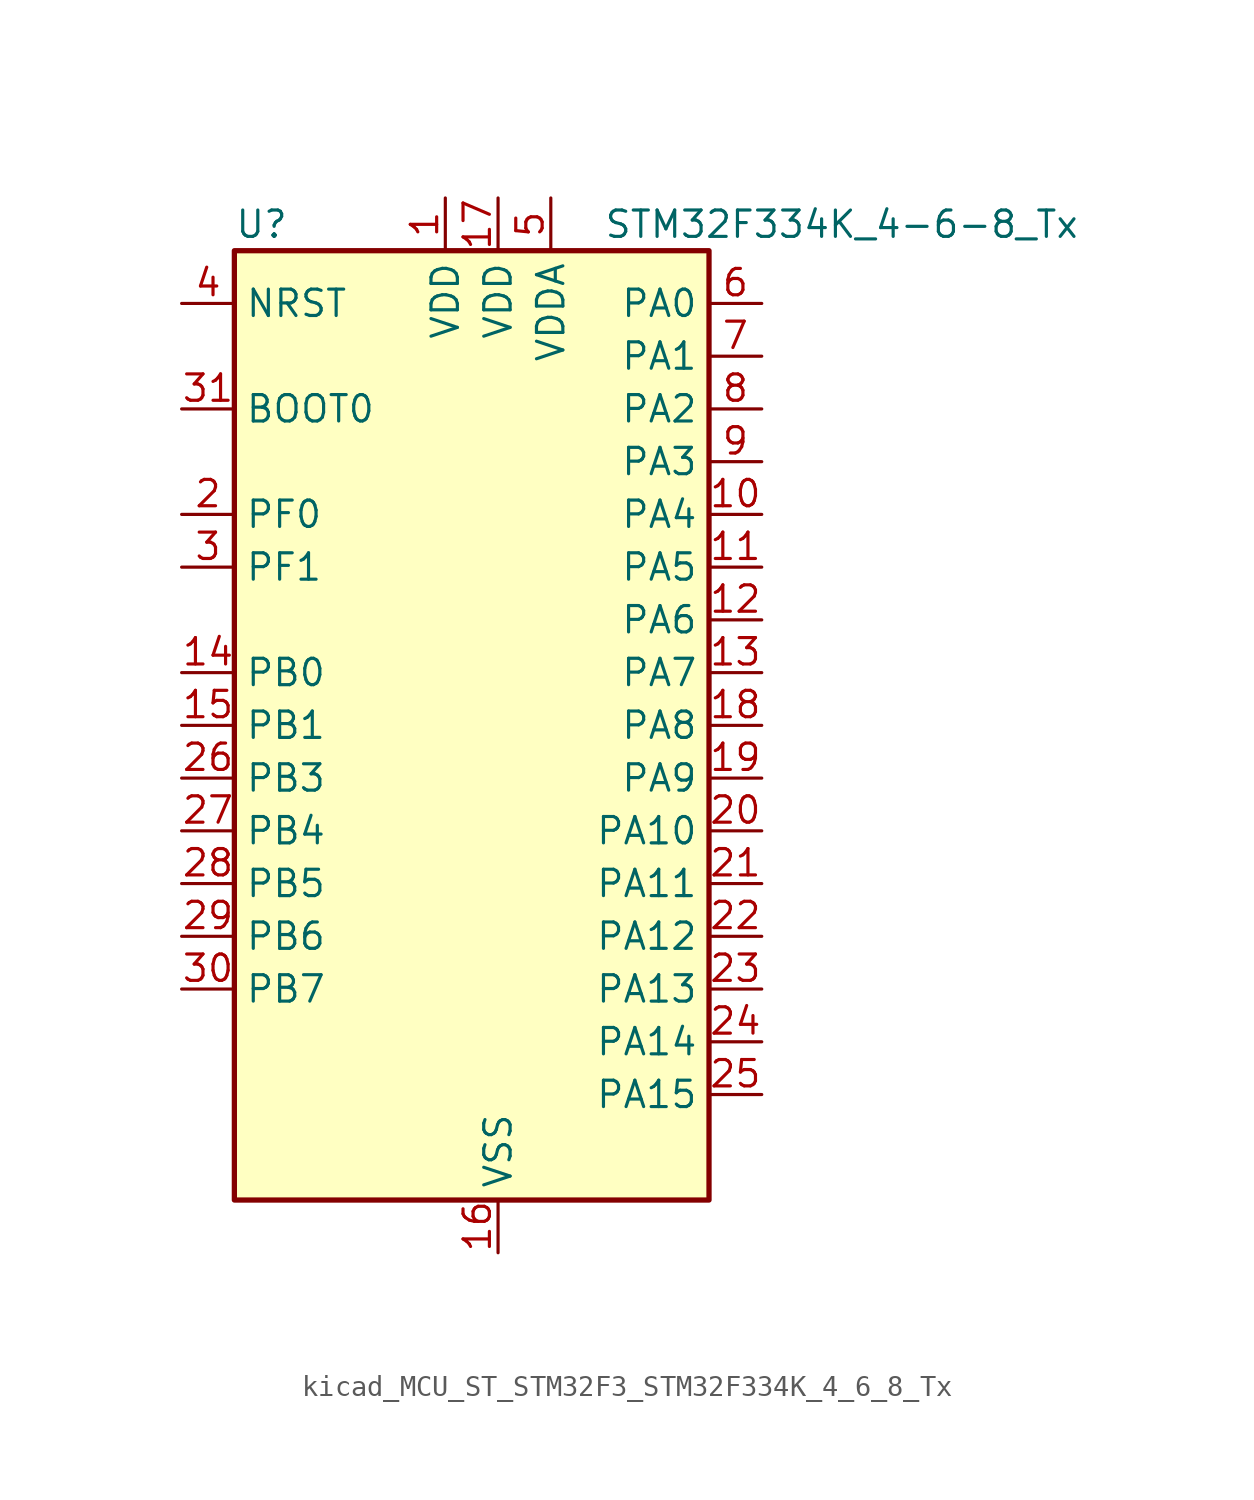
<source format=kicad_sym>
(kicad_symbol_lib
  (version 20220914)
  (generator kicad_symbol_editor)
  (symbol "kicad_MCU_ST_STM32F3_STM32F334K_4_6_8_Tx"
    (property "Reference" "U"
      (at -10.16 24.13 0)
      (effects (font (size 1.27 1.27)) (justify left)))
    (property "Value" "STM32F334K_4-6-8_Tx"
      (at 7.62 24.13 0)
      (effects (font (size 1.27 1.27)) (justify left)))
    (property "ki_locked" ""
      (at 0 0 0)
      (effects (font (size 1.27 1.27))))
    (symbol "kicad_MCU_ST_STM32F3_STM32F334K_4_6_8_Tx_0_1"
      (rectangle (start -10.16 -22.86) (end 12.7 22.86) (stroke (width 0.254) (type default)) (fill (type background))))
    (symbol "kicad_MCU_ST_STM32F3_STM32F334K_4_6_8_Tx_1_1"
      (pin power_in line (at 0 25.4 270) (length 2.54) (name "VDD" (effects (font (size 1.27 1.27)))) (number "1" (effects (font (size 1.27 1.27)))))
      (pin bidirectional line (at 15.24 10.16 180) (length 2.54) (name "PA4" (effects (font (size 1.27 1.27)))) (number "10" (effects (font (size 1.27 1.27)))) (alternate "ADC2_IN1" bidirectional line) (alternate "COMP2_INM" bidirectional line) (alternate "COMP4_INM" bidirectional line) (alternate "DAC1_OUT1" bidirectional line) (alternate "SPI1_NSS" bidirectional line) (alternate "TIM3_CH2" bidirectional line) (alternate "TSC_G2_IO1" bidirectional line) (alternate "USART2_CK" bidirectional line))
      (pin bidirectional line (at 15.24 7.62 180) (length 2.54) (name "PA5" (effects (font (size 1.27 1.27)))) (number "11" (effects (font (size 1.27 1.27)))) (alternate "ADC2_IN2" bidirectional line) (alternate "DAC1_OUT2" bidirectional line) (alternate "OPAMP2_VINM" bidirectional line) (alternate "OPAMP2_VINM_SEC" bidirectional line) (alternate "SPI1_SCK" bidirectional line) (alternate "TIM2_CH1" bidirectional line) (alternate "TIM2_ETR" bidirectional line) (alternate "TSC_G2_IO2" bidirectional line))
      (pin bidirectional line (at 15.24 5.08 180) (length 2.54) (name "PA6" (effects (font (size 1.27 1.27)))) (number "12" (effects (font (size 1.27 1.27)))) (alternate "ADC2_IN3" bidirectional line) (alternate "DAC2_OUT1" bidirectional line) (alternate "OPAMP2_DIG" bidirectional line) (alternate "OPAMP2_VOUT" bidirectional line) (alternate "SPI1_MISO" bidirectional line) (alternate "TIM16_CH1" bidirectional line) (alternate "TIM1_BKIN" bidirectional line) (alternate "TIM3_CH1" bidirectional line) (alternate "TSC_G2_IO3" bidirectional line))
      (pin bidirectional line (at 15.24 2.54 180) (length 2.54) (name "PA7" (effects (font (size 1.27 1.27)))) (number "13" (effects (font (size 1.27 1.27)))) (alternate "ADC2_IN4" bidirectional line) (alternate "COMP2_INP" bidirectional line) (alternate "OPAMP2_VINP" bidirectional line) (alternate "OPAMP2_VINP_SEC" bidirectional line) (alternate "SPI1_MOSI" bidirectional line) (alternate "TIM17_CH1" bidirectional line) (alternate "TIM1_CH1N" bidirectional line) (alternate "TIM3_CH2" bidirectional line) (alternate "TSC_G2_IO4" bidirectional line))
      (pin bidirectional line (at -12.7 2.54 0) (length 2.54) (name "PB0" (effects (font (size 1.27 1.27)))) (number "14" (effects (font (size 1.27 1.27)))) (alternate "ADC1_IN11" bidirectional line) (alternate "COMP4_INP" bidirectional line) (alternate "OPAMP2_VINP" bidirectional line) (alternate "OPAMP2_VINP_SEC" bidirectional line) (alternate "TIM1_CH2N" bidirectional line) (alternate "TIM3_CH3" bidirectional line) (alternate "TSC_G3_IO2" bidirectional line))
      (pin bidirectional line (at -12.7 0 0) (length 2.54) (name "PB1" (effects (font (size 1.27 1.27)))) (number "15" (effects (font (size 1.27 1.27)))) (alternate "ADC1_IN12" bidirectional line) (alternate "COMP4_OUT" bidirectional line) (alternate "HRTIM1_SCOUT" bidirectional line) (alternate "TIM1_CH3N" bidirectional line) (alternate "TIM3_CH4" bidirectional line) (alternate "TSC_G3_IO3" bidirectional line))
      (pin power_in line (at 2.54 -25.4 90) (length 2.54) (name "VSS" (effects (font (size 1.27 1.27)))) (number "16" (effects (font (size 1.27 1.27)))))
      (pin power_in line (at 2.54 25.4 270) (length 2.54) (name "VDD" (effects (font (size 1.27 1.27)))) (number "17" (effects (font (size 1.27 1.27)))))
      (pin bidirectional line (at 15.24 0 180) (length 2.54) (name "PA8" (effects (font (size 1.27 1.27)))) (number "18" (effects (font (size 1.27 1.27)))) (alternate "HRTIM1_CHA1" bidirectional line) (alternate "RCC_MCO" bidirectional line) (alternate "TIM1_CH1" bidirectional line) (alternate "USART1_CK" bidirectional line))
      (pin bidirectional line (at 15.24 -2.54 180) (length 2.54) (name "PA9" (effects (font (size 1.27 1.27)))) (number "19" (effects (font (size 1.27 1.27)))) (alternate "DAC1_EXTI9" bidirectional line) (alternate "DAC2_EXTI9" bidirectional line) (alternate "HRTIM1_CHA2" bidirectional line) (alternate "TIM15_BKIN" bidirectional line) (alternate "TIM1_CH2" bidirectional line) (alternate "TIM2_CH3" bidirectional line) (alternate "TSC_G4_IO1" bidirectional line) (alternate "USART1_TX" bidirectional line))
      (pin bidirectional line (at -12.7 10.16 0) (length 2.54) (name "PF0" (effects (font (size 1.27 1.27)))) (number "2" (effects (font (size 1.27 1.27)))) (alternate "RCC_OSC_IN" bidirectional line) (alternate "TIM1_CH3N" bidirectional line))
      (pin bidirectional line (at 15.24 -5.08 180) (length 2.54) (name "PA10" (effects (font (size 1.27 1.27)))) (number "20" (effects (font (size 1.27 1.27)))) (alternate "HRTIM1_CHB1" bidirectional line) (alternate "TIM17_BKIN" bidirectional line) (alternate "TIM1_CH3" bidirectional line) (alternate "TIM2_CH4" bidirectional line) (alternate "TSC_G4_IO2" bidirectional line) (alternate "USART1_RX" bidirectional line))
      (pin bidirectional line (at 15.24 -7.62 180) (length 2.54) (name "PA11" (effects (font (size 1.27 1.27)))) (number "21" (effects (font (size 1.27 1.27)))) (alternate "ADC1_EXTI11" bidirectional line) (alternate "ADC2_EXTI11" bidirectional line) (alternate "CAN_RX" bidirectional line) (alternate "HRTIM1_CHB2" bidirectional line) (alternate "TIM1_BKIN2" bidirectional line) (alternate "TIM1_CH1N" bidirectional line) (alternate "TIM1_CH4" bidirectional line) (alternate "USART1_CTS" bidirectional line))
      (pin bidirectional line (at 15.24 -10.16 180) (length 2.54) (name "PA12" (effects (font (size 1.27 1.27)))) (number "22" (effects (font (size 1.27 1.27)))) (alternate "CAN_TX" bidirectional line) (alternate "COMP2_OUT" bidirectional line) (alternate "HRTIM1_FLT1" bidirectional line) (alternate "TIM16_CH1" bidirectional line) (alternate "TIM1_CH2N" bidirectional line) (alternate "TIM1_ETR" bidirectional line) (alternate "USART1_DE" bidirectional line) (alternate "USART1_RTS" bidirectional line))
      (pin bidirectional line (at 15.24 -12.7 180) (length 2.54) (name "PA13" (effects (font (size 1.27 1.27)))) (number "23" (effects (font (size 1.27 1.27)))) (alternate "IR_OUT" bidirectional line) (alternate "SYS_JTMS-SWDIO" bidirectional line) (alternate "TIM16_CH1N" bidirectional line) (alternate "TSC_G4_IO3" bidirectional line))
      (pin bidirectional line (at 15.24 -15.24 180) (length 2.54) (name "PA14" (effects (font (size 1.27 1.27)))) (number "24" (effects (font (size 1.27 1.27)))) (alternate "I2C1_SDA" bidirectional line) (alternate "SYS_JTCK-SWCLK" bidirectional line) (alternate "TIM1_BKIN" bidirectional line) (alternate "TSC_G4_IO4" bidirectional line) (alternate "USART2_TX" bidirectional line))
      (pin bidirectional line (at 15.24 -17.78 180) (length 2.54) (name "PA15" (effects (font (size 1.27 1.27)))) (number "25" (effects (font (size 1.27 1.27)))) (alternate "ADC1_EXTI15" bidirectional line) (alternate "ADC2_EXTI15" bidirectional line) (alternate "HRTIM1_FLT2" bidirectional line) (alternate "I2C1_SCL" bidirectional line) (alternate "SPI1_NSS" bidirectional line) (alternate "SYS_JTDI" bidirectional line) (alternate "TIM1_BKIN" bidirectional line) (alternate "TIM2_CH1" bidirectional line) (alternate "TIM2_ETR" bidirectional line) (alternate "TSC_SYNC" bidirectional line) (alternate "USART2_RX" bidirectional line))
      (pin bidirectional line (at -12.7 -2.54 0) (length 2.54) (name "PB3" (effects (font (size 1.27 1.27)))) (number "26" (effects (font (size 1.27 1.27)))) (alternate "HRTIM1_EEV9" bidirectional line) (alternate "HRTIM1_SCOUT" bidirectional line) (alternate "SPI1_SCK" bidirectional line) (alternate "SYS_JTDO-TRACESWO" bidirectional line) (alternate "TIM2_CH2" bidirectional line) (alternate "TIM3_ETR" bidirectional line) (alternate "TSC_G5_IO1" bidirectional line) (alternate "USART2_TX" bidirectional line))
      (pin bidirectional line (at -12.7 -5.08 0) (length 2.54) (name "PB4" (effects (font (size 1.27 1.27)))) (number "27" (effects (font (size 1.27 1.27)))) (alternate "HRTIM1_EEV7" bidirectional line) (alternate "SPI1_MISO" bidirectional line) (alternate "SYS_NJTRST" bidirectional line) (alternate "TIM16_CH1" bidirectional line) (alternate "TIM17_BKIN" bidirectional line) (alternate "TIM3_CH1" bidirectional line) (alternate "TSC_G5_IO2" bidirectional line) (alternate "USART2_RX" bidirectional line))
      (pin bidirectional line (at -12.7 -7.62 0) (length 2.54) (name "PB5" (effects (font (size 1.27 1.27)))) (number "28" (effects (font (size 1.27 1.27)))) (alternate "HRTIM1_EEV6" bidirectional line) (alternate "I2C1_SMBA" bidirectional line) (alternate "SPI1_MOSI" bidirectional line) (alternate "TIM16_BKIN" bidirectional line) (alternate "TIM17_CH1" bidirectional line) (alternate "TIM3_CH2" bidirectional line) (alternate "USART2_CK" bidirectional line))
      (pin bidirectional line (at -12.7 -10.16 0) (length 2.54) (name "PB6" (effects (font (size 1.27 1.27)))) (number "29" (effects (font (size 1.27 1.27)))) (alternate "HRTIM1_EEV4" bidirectional line) (alternate "HRTIM1_SCIN" bidirectional line) (alternate "I2C1_SCL" bidirectional line) (alternate "TIM16_CH1N" bidirectional line) (alternate "TSC_G5_IO3" bidirectional line) (alternate "USART1_TX" bidirectional line))
      (pin bidirectional line (at -12.7 7.62 0) (length 2.54) (name "PF1" (effects (font (size 1.27 1.27)))) (number "3" (effects (font (size 1.27 1.27)))) (alternate "RCC_OSC_OUT" bidirectional line))
      (pin bidirectional line (at -12.7 -12.7 0) (length 2.54) (name "PB7" (effects (font (size 1.27 1.27)))) (number "30" (effects (font (size 1.27 1.27)))) (alternate "HRTIM1_EEV3" bidirectional line) (alternate "I2C1_SDA" bidirectional line) (alternate "TIM17_CH1N" bidirectional line) (alternate "TIM3_CH4" bidirectional line) (alternate "TSC_G5_IO4" bidirectional line) (alternate "USART1_RX" bidirectional line))
      (pin input line (at -12.7 15.24 0) (length 2.54) (name "BOOT0" (effects (font (size 1.27 1.27)))) (number "31" (effects (font (size 1.27 1.27)))))
      (pin passive line (at 2.54 -25.4 90) (length 2.54) hide (name "VSS" (effects (font (size 1.27 1.27)))) (number "32" (effects (font (size 1.27 1.27)))))
      (pin input line (at -12.7 20.32 0) (length 2.54) (name "NRST" (effects (font (size 1.27 1.27)))) (number "4" (effects (font (size 1.27 1.27)))))
      (pin power_in line (at 5.08 25.4 270) (length 2.54) (name "VDDA" (effects (font (size 1.27 1.27)))) (number "5" (effects (font (size 1.27 1.27)))))
      (pin bidirectional line (at 15.24 20.32 180) (length 2.54) (name "PA0" (effects (font (size 1.27 1.27)))) (number "6" (effects (font (size 1.27 1.27)))) (alternate "ADC1_IN1" bidirectional line) (alternate "RTC_TAMP2" bidirectional line) (alternate "SYS_WKUP1" bidirectional line) (alternate "TIM2_CH1" bidirectional line) (alternate "TIM2_ETR" bidirectional line) (alternate "TSC_G1_IO1" bidirectional line) (alternate "USART2_CTS" bidirectional line))
      (pin bidirectional line (at 15.24 17.78 180) (length 2.54) (name "PA1" (effects (font (size 1.27 1.27)))) (number "7" (effects (font (size 1.27 1.27)))) (alternate "ADC1_IN2" bidirectional line) (alternate "RTC_REFIN" bidirectional line) (alternate "TIM15_CH1N" bidirectional line) (alternate "TIM2_CH2" bidirectional line) (alternate "TSC_G1_IO2" bidirectional line) (alternate "USART2_DE" bidirectional line) (alternate "USART2_RTS" bidirectional line))
      (pin bidirectional line (at 15.24 15.24 180) (length 2.54) (name "PA2" (effects (font (size 1.27 1.27)))) (number "8" (effects (font (size 1.27 1.27)))) (alternate "ADC1_IN3" bidirectional line) (alternate "COMP2_INM" bidirectional line) (alternate "COMP2_OUT" bidirectional line) (alternate "TIM15_CH1" bidirectional line) (alternate "TIM2_CH3" bidirectional line) (alternate "TSC_G1_IO3" bidirectional line) (alternate "USART2_TX" bidirectional line))
      (pin bidirectional line (at 15.24 12.7 180) (length 2.54) (name "PA3" (effects (font (size 1.27 1.27)))) (number "9" (effects (font (size 1.27 1.27)))) (alternate "ADC1_IN4" bidirectional line) (alternate "TIM15_CH2" bidirectional line) (alternate "TIM2_CH4" bidirectional line) (alternate "TSC_G1_IO4" bidirectional line) (alternate "USART2_RX" bidirectional line)))))
</source>
